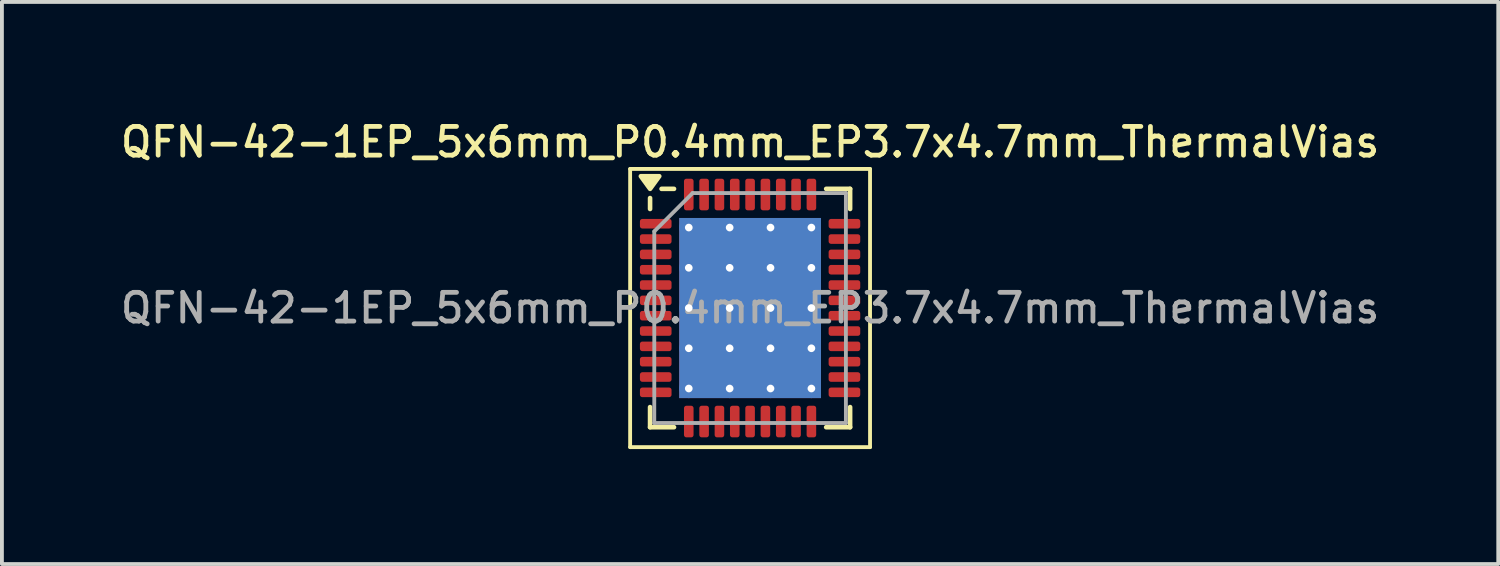
<source format=kicad_pcb>
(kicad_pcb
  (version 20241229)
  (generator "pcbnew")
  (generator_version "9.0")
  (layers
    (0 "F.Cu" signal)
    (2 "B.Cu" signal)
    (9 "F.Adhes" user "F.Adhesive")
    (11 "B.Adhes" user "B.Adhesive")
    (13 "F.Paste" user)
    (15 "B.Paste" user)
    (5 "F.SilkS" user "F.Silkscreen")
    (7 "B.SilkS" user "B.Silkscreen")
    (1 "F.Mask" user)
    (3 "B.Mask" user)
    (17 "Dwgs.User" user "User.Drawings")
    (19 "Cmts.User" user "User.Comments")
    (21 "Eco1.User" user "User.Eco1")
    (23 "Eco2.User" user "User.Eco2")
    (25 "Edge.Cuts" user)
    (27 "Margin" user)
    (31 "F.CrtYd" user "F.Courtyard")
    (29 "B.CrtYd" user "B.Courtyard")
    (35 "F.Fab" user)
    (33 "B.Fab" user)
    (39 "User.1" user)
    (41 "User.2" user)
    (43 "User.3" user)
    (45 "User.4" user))
  (footprint "QFN-42-1EP_5x6mm_P0.4mm_EP3.7x4.7mm_ThermalVias"
    (layer "F.Cu")
    (at 16.523 4.988)
    (property "Reference" "QFN-42-1EP_5x6mm_P0.4mm_EP3.7x4.7mm_ThermalVias" (at 0 -4.33 0) (layer "F.SilkS") (effects (font (size 0.75 0.75) (thickness 0.125))))
    (attr smd)
    (fp_line (start -3.13 -3.63) (end -3.13 3.63) (stroke (width 0.1) (type solid)) (layer "F.SilkS"))
    (fp_line (start -3.13 3.63) (end 3.13 3.63) (stroke (width 0.1) (type solid)) (layer "F.SilkS"))
    (fp_line (start -2.61 -2.585) (end -2.61 -2.87) (stroke (width 0.12) (type solid)) (layer "F.SilkS"))
    (fp_line (start -2.61 3.11) (end -2.61 2.585) (stroke (width 0.12) (type solid)) (layer "F.SilkS"))
    (fp_line (start -1.985 -3.11) (end -2.31 -3.11) (stroke (width 0.12) (type solid)) (layer "F.SilkS"))
    (fp_line (start -1.985 3.11) (end -2.61 3.11) (stroke (width 0.12) (type solid)) (layer "F.SilkS"))
    (fp_line (start 1.985 -3.11) (end 2.61 -3.11) (stroke (width 0.12) (type solid)) (layer "F.SilkS"))
    (fp_line (start 1.985 3.11) (end 2.61 3.11) (stroke (width 0.12) (type solid)) (layer "F.SilkS"))
    (fp_line (start 2.61 -3.11) (end 2.61 -2.585) (stroke (width 0.12) (type solid)) (layer "F.SilkS"))
    (fp_line (start 2.61 3.11) (end 2.61 2.585) (stroke (width 0.12) (type solid)) (layer "F.SilkS"))
    (fp_line (start 3.13 -3.63) (end -3.13 -3.63) (stroke (width 0.1) (type solid)) (layer "F.SilkS"))
    (fp_line (start 3.13 3.63) (end 3.13 -3.63) (stroke (width 0.1) (type solid)) (layer "F.SilkS"))
    (fp_poly (pts (xy -2.61 -3.11) (xy -2.85 -3.44) (xy -2.37 -3.44) (xy -2.61 -3.11)) (stroke (width 0.12) (type solid)) (fill yes) (layer "F.SilkS"))
    (fp_line (start -2.5 -2) (end -1.5 -3) (stroke (width 0.1) (type solid)) (layer "F.Fab"))
    (fp_line (start -2.5 3) (end -2.5 -2) (stroke (width 0.1) (type solid)) (layer "F.Fab"))
    (fp_line (start -1.5 -3) (end 2.5 -3) (stroke (width 0.1) (type solid)) (layer "F.Fab"))
    (fp_line (start 2.5 -3) (end 2.5 3) (stroke (width 0.1) (type solid)) (layer "F.Fab"))
    (fp_line (start 2.5 3) (end -2.5 3) (stroke (width 0.1) (type solid)) (layer "F.Fab"))
    (fp_text user "${REFERENCE}" (at 0 0 0) (layer "F.Fab") (effects (font (size 0.75 0.75) (thickness 0.125))))
    (pad "" smd custom (at -1.067 -1.575) (size 0.799 0.799) (layers "F.Paste") (options (anchor circle)) (primitives (gr_poly (pts (xy -0.366 -0.252) (xy -0.274 -0.344) (xy 0.274 -0.344) (xy 0.366 -0.252) (xy 0.366 0.252) (xy 0.274 0.344) (xy -0.274 0.344) (xy -0.366 0.252)) (width 0.222) (fill yes))))
    (pad "" smd custom (at -1.067 -0.525) (size 0.799 0.799) (layers "F.Paste") (options (anchor circle)) (primitives (gr_poly (pts (xy -0.366 -0.252) (xy -0.274 -0.344) (xy 0.274 -0.344) (xy 0.366 -0.252) (xy 0.366 0.252) (xy 0.274 0.344) (xy -0.274 0.344) (xy -0.366 0.252)) (width 0.222) (fill yes))))
    (pad "" smd custom (at -1.067 0.525) (size 0.799 0.799) (layers "F.Paste") (options (anchor circle)) (primitives (gr_poly (pts (xy -0.366 -0.252) (xy -0.274 -0.344) (xy 0.274 -0.344) (xy 0.366 -0.252) (xy 0.366 0.252) (xy 0.274 0.344) (xy -0.274 0.344) (xy -0.366 0.252)) (width 0.222) (fill yes))))
    (pad "" smd custom (at -1.067 1.575) (size 0.799 0.799) (layers "F.Paste") (options (anchor circle)) (primitives (gr_poly (pts (xy -0.366 -0.252) (xy -0.274 -0.344) (xy 0.274 -0.344) (xy 0.366 -0.252) (xy 0.366 0.252) (xy 0.274 0.344) (xy -0.274 0.344) (xy -0.366 0.252)) (width 0.222) (fill yes))))
    (pad "" smd custom (at 0 -1.575) (size 0.799 0.799) (layers "F.Paste") (options (anchor circle)) (primitives (gr_poly (pts (xy -0.366 -0.252) (xy -0.274 -0.344) (xy 0.274 -0.344) (xy 0.366 -0.252) (xy 0.366 0.252) (xy 0.274 0.344) (xy -0.274 0.344) (xy -0.366 0.252)) (width 0.222) (fill yes))))
    (pad "" smd custom (at 0 -0.525) (size 0.799 0.799) (layers "F.Paste") (options (anchor circle)) (primitives (gr_poly (pts (xy -0.366 -0.252) (xy -0.274 -0.344) (xy 0.274 -0.344) (xy 0.366 -0.252) (xy 0.366 0.252) (xy 0.274 0.344) (xy -0.274 0.344) (xy -0.366 0.252)) (width 0.222) (fill yes))))
    (pad "" smd custom (at 0 0.525) (size 0.799 0.799) (layers "F.Paste") (options (anchor circle)) (primitives (gr_poly (pts (xy -0.366 -0.252) (xy -0.274 -0.344) (xy 0.274 -0.344) (xy 0.366 -0.252) (xy 0.366 0.252) (xy 0.274 0.344) (xy -0.274 0.344) (xy -0.366 0.252)) (width 0.222) (fill yes))))
    (pad "" smd custom (at 0 1.575) (size 0.799 0.799) (layers "F.Paste") (options (anchor circle)) (primitives (gr_poly (pts (xy -0.366 -0.252) (xy -0.274 -0.344) (xy 0.274 -0.344) (xy 0.366 -0.252) (xy 0.366 0.252) (xy 0.274 0.344) (xy -0.274 0.344) (xy -0.366 0.252)) (width 0.222) (fill yes))))
    (pad "" smd custom (at 1.067 -1.575) (size 0.799 0.799) (layers "F.Paste") (options (anchor circle)) (primitives (gr_poly (pts (xy -0.366 -0.252) (xy -0.274 -0.344) (xy 0.274 -0.344) (xy 0.366 -0.252) (xy 0.366 0.252) (xy 0.274 0.344) (xy -0.274 0.344) (xy -0.366 0.252)) (width 0.222) (fill yes))))
    (pad "" smd custom (at 1.067 -0.525) (size 0.799 0.799) (layers "F.Paste") (options (anchor circle)) (primitives (gr_poly (pts (xy -0.366 -0.252) (xy -0.274 -0.344) (xy 0.274 -0.344) (xy 0.366 -0.252) (xy 0.366 0.252) (xy 0.274 0.344) (xy -0.274 0.344) (xy -0.366 0.252)) (width 0.222) (fill yes))))
    (pad "" smd custom (at 1.067 0.525) (size 0.799 0.799) (layers "F.Paste") (options (anchor circle)) (primitives (gr_poly (pts (xy -0.366 -0.252) (xy -0.274 -0.344) (xy 0.274 -0.344) (xy 0.366 -0.252) (xy 0.366 0.252) (xy 0.274 0.344) (xy -0.274 0.344) (xy -0.366 0.252)) (width 0.222) (fill yes))))
    (pad "" smd custom (at 1.067 1.575) (size 0.799 0.799) (layers "F.Paste") (options (anchor circle)) (primitives (gr_poly (pts (xy -0.366 -0.252) (xy -0.274 -0.344) (xy 0.274 -0.344) (xy 0.366 -0.252) (xy 0.366 0.252) (xy 0.274 0.344) (xy -0.274 0.344) (xy -0.366 0.252)) (width 0.222) (fill yes))))
    (pad "1" smd roundrect (at -2.462 -2.2) (size 0.825 0.25) (layers "F.Cu" "F.Mask" "F.Paste") (roundrect_rratio 0.25))
    (pad "2" smd roundrect (at -2.462 -1.8) (size 0.825 0.25) (layers "F.Cu" "F.Mask" "F.Paste") (roundrect_rratio 0.25))
    (pad "3" smd roundrect (at -2.462 -1.4) (size 0.825 0.25) (layers "F.Cu" "F.Mask" "F.Paste") (roundrect_rratio 0.25))
    (pad "4" smd roundrect (at -2.462 -1) (size 0.825 0.25) (layers "F.Cu" "F.Mask" "F.Paste") (roundrect_rratio 0.25))
    (pad "5" smd roundrect (at -2.462 -0.6) (size 0.825 0.25) (layers "F.Cu" "F.Mask" "F.Paste") (roundrect_rratio 0.25))
    (pad "6" smd roundrect (at -2.462 -0.2) (size 0.825 0.25) (layers "F.Cu" "F.Mask" "F.Paste") (roundrect_rratio 0.25))
    (pad "7" smd roundrect (at -2.462 0.2) (size 0.825 0.25) (layers "F.Cu" "F.Mask" "F.Paste") (roundrect_rratio 0.25))
    (pad "8" smd roundrect (at -2.462 0.6) (size 0.825 0.25) (layers "F.Cu" "F.Mask" "F.Paste") (roundrect_rratio 0.25))
    (pad "9" smd roundrect (at -2.462 1) (size 0.825 0.25) (layers "F.Cu" "F.Mask" "F.Paste") (roundrect_rratio 0.25))
    (pad "10" smd roundrect (at -2.462 1.4) (size 0.825 0.25) (layers "F.Cu" "F.Mask" "F.Paste") (roundrect_rratio 0.25))
    (pad "11" smd roundrect (at -2.462 1.8) (size 0.825 0.25) (layers "F.Cu" "F.Mask" "F.Paste") (roundrect_rratio 0.25))
    (pad "12" smd roundrect (at -2.462 2.2) (size 0.825 0.25) (layers "F.Cu" "F.Mask" "F.Paste") (roundrect_rratio 0.25))
    (pad "13" smd roundrect (at -1.6 2.962) (size 0.25 0.825) (layers "F.Cu" "F.Mask" "F.Paste") (roundrect_rratio 0.25))
    (pad "14" smd roundrect (at -1.2 2.962) (size 0.25 0.825) (layers "F.Cu" "F.Mask" "F.Paste") (roundrect_rratio 0.25))
    (pad "15" smd roundrect (at -0.8 2.962) (size 0.25 0.825) (layers "F.Cu" "F.Mask" "F.Paste") (roundrect_rratio 0.25))
    (pad "16" smd roundrect (at -0.4 2.962) (size 0.25 0.825) (layers "F.Cu" "F.Mask" "F.Paste") (roundrect_rratio 0.25))
    (pad "17" smd roundrect (at 0 2.962) (size 0.25 0.825) (layers "F.Cu" "F.Mask" "F.Paste") (roundrect_rratio 0.25))
    (pad "18" smd roundrect (at 0.4 2.962) (size 0.25 0.825) (layers "F.Cu" "F.Mask" "F.Paste") (roundrect_rratio 0.25))
    (pad "19" smd roundrect (at 0.8 2.962) (size 0.25 0.825) (layers "F.Cu" "F.Mask" "F.Paste") (roundrect_rratio 0.25))
    (pad "20" smd roundrect (at 1.2 2.962) (size 0.25 0.825) (layers "F.Cu" "F.Mask" "F.Paste") (roundrect_rratio 0.25))
    (pad "21" smd roundrect (at 1.6 2.962) (size 0.25 0.825) (layers "F.Cu" "F.Mask" "F.Paste") (roundrect_rratio 0.25))
    (pad "22" smd roundrect (at 2.462 2.2) (size 0.825 0.25) (layers "F.Cu" "F.Mask" "F.Paste") (roundrect_rratio 0.25))
    (pad "23" smd roundrect (at 2.462 1.8) (size 0.825 0.25) (layers "F.Cu" "F.Mask" "F.Paste") (roundrect_rratio 0.25))
    (pad "24" smd roundrect (at 2.462 1.4) (size 0.825 0.25) (layers "F.Cu" "F.Mask" "F.Paste") (roundrect_rratio 0.25))
    (pad "25" smd roundrect (at 2.462 1) (size 0.825 0.25) (layers "F.Cu" "F.Mask" "F.Paste") (roundrect_rratio 0.25))
    (pad "26" smd roundrect (at 2.462 0.6) (size 0.825 0.25) (layers "F.Cu" "F.Mask" "F.Paste") (roundrect_rratio 0.25))
    (pad "27" smd roundrect (at 2.462 0.2) (size 0.825 0.25) (layers "F.Cu" "F.Mask" "F.Paste") (roundrect_rratio 0.25))
    (pad "28" smd roundrect (at 2.462 -0.2) (size 0.825 0.25) (layers "F.Cu" "F.Mask" "F.Paste") (roundrect_rratio 0.25))
    (pad "29" smd roundrect (at 2.462 -0.6) (size 0.825 0.25) (layers "F.Cu" "F.Mask" "F.Paste") (roundrect_rratio 0.25))
    (pad "30" smd roundrect (at 2.462 -1) (size 0.825 0.25) (layers "F.Cu" "F.Mask" "F.Paste") (roundrect_rratio 0.25))
    (pad "31" smd roundrect (at 2.462 -1.4) (size 0.825 0.25) (layers "F.Cu" "F.Mask" "F.Paste") (roundrect_rratio 0.25))
    (pad "32" smd roundrect (at 2.462 -1.8) (size 0.825 0.25) (layers "F.Cu" "F.Mask" "F.Paste") (roundrect_rratio 0.25))
    (pad "33" smd roundrect (at 2.462 -2.2) (size 0.825 0.25) (layers "F.Cu" "F.Mask" "F.Paste") (roundrect_rratio 0.25))
    (pad "34" smd roundrect (at 1.6 -2.962) (size 0.25 0.825) (layers "F.Cu" "F.Mask" "F.Paste") (roundrect_rratio 0.25))
    (pad "35" smd roundrect (at 1.2 -2.962) (size 0.25 0.825) (layers "F.Cu" "F.Mask" "F.Paste") (roundrect_rratio 0.25))
    (pad "36" smd roundrect (at 0.8 -2.962) (size 0.25 0.825) (layers "F.Cu" "F.Mask" "F.Paste") (roundrect_rratio 0.25))
    (pad "37" smd roundrect (at 0.4 -2.962) (size 0.25 0.825) (layers "F.Cu" "F.Mask" "F.Paste") (roundrect_rratio 0.25))
    (pad "38" smd roundrect (at 0 -2.962) (size 0.25 0.825) (layers "F.Cu" "F.Mask" "F.Paste") (roundrect_rratio 0.25))
    (pad "39" smd roundrect (at -0.4 -2.962) (size 0.25 0.825) (layers "F.Cu" "F.Mask" "F.Paste") (roundrect_rratio 0.25))
    (pad "40" smd roundrect (at -0.8 -2.962) (size 0.25 0.825) (layers "F.Cu" "F.Mask" "F.Paste") (roundrect_rratio 0.25))
    (pad "41" smd roundrect (at -1.2 -2.962) (size 0.25 0.825) (layers "F.Cu" "F.Mask" "F.Paste") (roundrect_rratio 0.25))
    (pad "42" smd roundrect (at -1.6 -2.962) (size 0.25 0.825) (layers "F.Cu" "F.Mask" "F.Paste") (roundrect_rratio 0.25))
    (pad "43" thru_hole circle (at -1.6 -2.1) (size 0.5 0.5) (drill 0.2) (property pad_prop_heatsink) (layers "*.Cu"))
    (pad "43" thru_hole circle (at -1.6 -1.05) (size 0.5 0.5) (drill 0.2) (property pad_prop_heatsink) (layers "*.Cu"))
    (pad "43" thru_hole circle (at -1.6 0) (size 0.5 0.5) (drill 0.2) (property pad_prop_heatsink) (layers "*.Cu"))
    (pad "43" thru_hole circle (at -1.6 1.05) (size 0.5 0.5) (drill 0.2) (property pad_prop_heatsink) (layers "*.Cu"))
    (pad "43" thru_hole circle (at -1.6 2.1) (size 0.5 0.5) (drill 0.2) (property pad_prop_heatsink) (layers "*.Cu"))
    (pad "43" thru_hole circle (at -0.533 -2.1) (size 0.5 0.5) (drill 0.2) (property pad_prop_heatsink) (layers "*.Cu"))
    (pad "43" thru_hole circle (at -0.533 -1.05) (size 0.5 0.5) (drill 0.2) (property pad_prop_heatsink) (layers "*.Cu"))
    (pad "43" thru_hole circle (at -0.533 0) (size 0.5 0.5) (drill 0.2) (property pad_prop_heatsink) (layers "*.Cu"))
    (pad "43" thru_hole circle (at -0.533 1.05) (size 0.5 0.5) (drill 0.2) (property pad_prop_heatsink) (layers "*.Cu"))
    (pad "43" thru_hole circle (at -0.533 2.1) (size 0.5 0.5) (drill 0.2) (property pad_prop_heatsink) (layers "*.Cu"))
    (pad "43" smd rect (at 0 0) (size 3.7 4.7) (property pad_prop_heatsink) (layers "F.Cu" "F.Mask"))
    (pad "43" smd rect (at 0 0) (size 3.7 4.7) (property pad_prop_heatsink) (layers "B.Cu"))
    (pad "43" thru_hole circle (at 0.533 -2.1) (size 0.5 0.5) (drill 0.2) (property pad_prop_heatsink) (layers "*.Cu"))
    (pad "43" thru_hole circle (at 0.533 -1.05) (size 0.5 0.5) (drill 0.2) (property pad_prop_heatsink) (layers "*.Cu"))
    (pad "43" thru_hole circle (at 0.533 0) (size 0.5 0.5) (drill 0.2) (property pad_prop_heatsink) (layers "*.Cu"))
    (pad "43" thru_hole circle (at 0.533 1.05) (size 0.5 0.5) (drill 0.2) (property pad_prop_heatsink) (layers "*.Cu"))
    (pad "43" thru_hole circle (at 0.533 2.1) (size 0.5 0.5) (drill 0.2) (property pad_prop_heatsink) (layers "*.Cu"))
    (pad "43" thru_hole circle (at 1.6 -2.1) (size 0.5 0.5) (drill 0.2) (property pad_prop_heatsink) (layers "*.Cu"))
    (pad "43" thru_hole circle (at 1.6 -1.05) (size 0.5 0.5) (drill 0.2) (property pad_prop_heatsink) (layers "*.Cu"))
    (pad "43" thru_hole circle (at 1.6 0) (size 0.5 0.5) (drill 0.2) (property pad_prop_heatsink) (layers "*.Cu"))
    (pad "43" thru_hole circle (at 1.6 1.05) (size 0.5 0.5) (drill 0.2) (property pad_prop_heatsink) (layers "*.Cu"))
    (pad "43" thru_hole circle (at 1.6 2.1) (size 0.5 0.5) (drill 0.2) (property pad_prop_heatsink) (layers "*.Cu")))
  (gr_rect
    (start -3 -3)
    (end 36.046 11.668)
    (stroke (width 0.1) (type default))
    (fill no)
    (layer "Edge.Cuts")))
</source>
